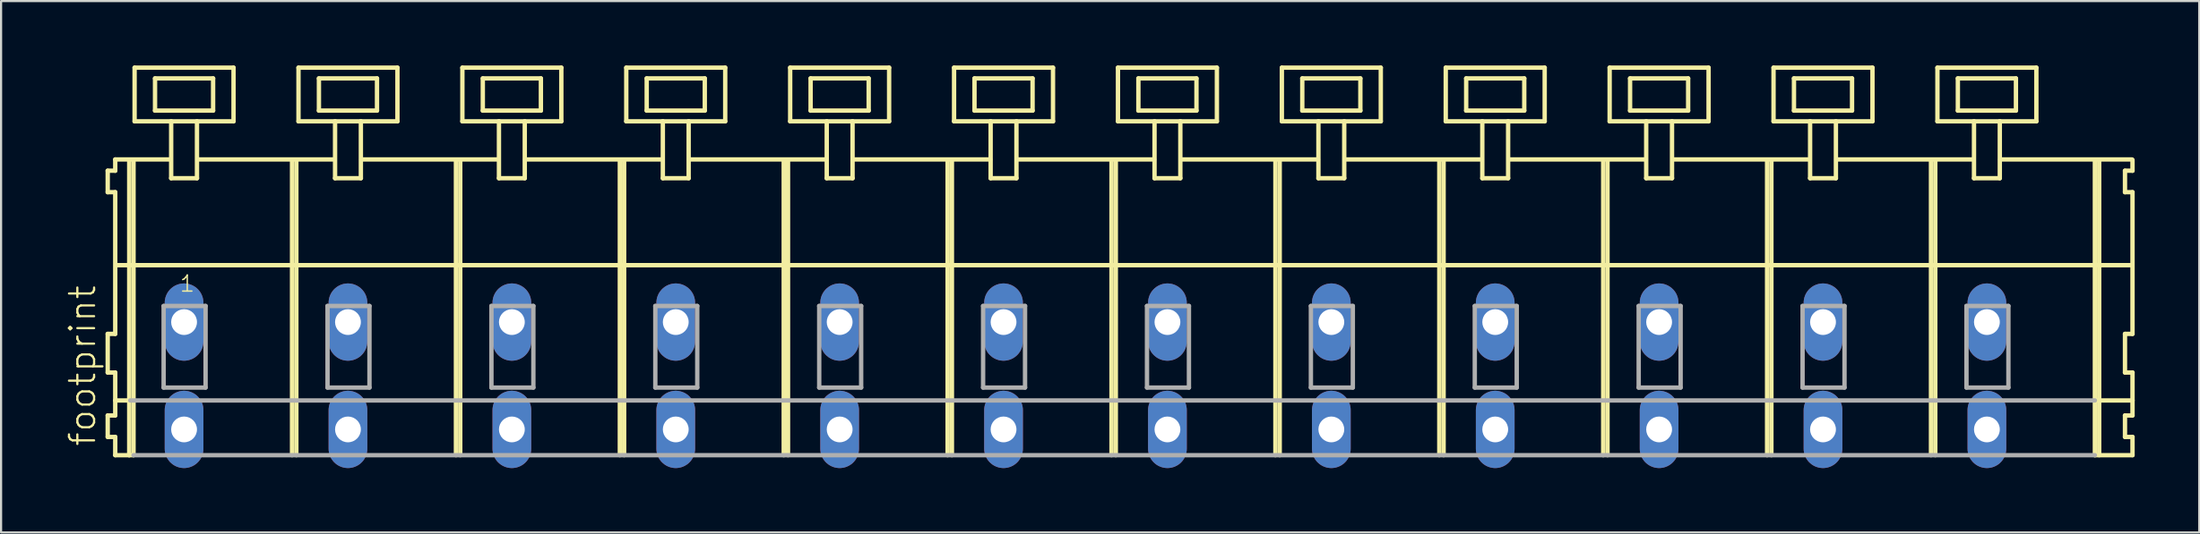
<source format=kicad_pcb>
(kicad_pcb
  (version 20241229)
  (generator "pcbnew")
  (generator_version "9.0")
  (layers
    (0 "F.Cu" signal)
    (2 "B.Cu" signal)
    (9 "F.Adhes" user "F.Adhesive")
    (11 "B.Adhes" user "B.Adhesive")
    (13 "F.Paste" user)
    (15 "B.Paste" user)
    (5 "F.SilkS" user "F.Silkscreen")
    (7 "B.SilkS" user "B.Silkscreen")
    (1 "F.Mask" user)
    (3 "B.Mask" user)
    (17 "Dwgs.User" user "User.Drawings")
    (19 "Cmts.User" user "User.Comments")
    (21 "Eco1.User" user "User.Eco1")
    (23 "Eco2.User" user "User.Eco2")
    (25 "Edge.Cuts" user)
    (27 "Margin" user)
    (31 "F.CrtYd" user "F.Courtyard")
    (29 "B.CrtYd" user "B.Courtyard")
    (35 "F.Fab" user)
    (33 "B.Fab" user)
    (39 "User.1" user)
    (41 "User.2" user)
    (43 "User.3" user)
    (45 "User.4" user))
  (footprint "footprint"
    (layer "F.Cu")
    (at 48.688 11.952)
    (property "Reference" "footprint" (at -47.215 5.855 90) (layer "F.SilkS") (effects (font (size 1.168 1.168) (thickness 0.102)) (justify left bottom)))
    (fp_line (start -46.73 -7.05) (end -46.73 -6.05) (stroke (width 0.203) (type solid)) (layer "F.SilkS"))
    (fp_line (start -46.73 -6.05) (end -46.38 -6.05) (stroke (width 0.203) (type solid)) (layer "F.SilkS"))
    (fp_line (start -46.73 0.55) (end -46.73 2.35) (stroke (width 0.203) (type solid)) (layer "F.SilkS"))
    (fp_line (start -46.73 2.35) (end -46.38 2.35) (stroke (width 0.203) (type solid)) (layer "F.SilkS"))
    (fp_line (start -46.73 4.35) (end -46.73 5.35) (stroke (width 0.203) (type solid)) (layer "F.SilkS"))
    (fp_line (start -46.73 5.35) (end -46.38 5.35) (stroke (width 0.203) (type solid)) (layer "F.SilkS"))
    (fp_line (start -46.38 -7.575) (end -46.38 -7.05) (stroke (width 0.203) (type solid)) (layer "F.SilkS"))
    (fp_line (start -46.38 -7.575) (end -43.805 -7.575) (stroke (width 0.203) (type solid)) (layer "F.SilkS"))
    (fp_line (start -46.38 -7.05) (end -46.73 -7.05) (stroke (width 0.203) (type solid)) (layer "F.SilkS"))
    (fp_line (start -46.38 -6.05) (end -46.38 0.55) (stroke (width 0.203) (type solid)) (layer "F.SilkS"))
    (fp_line (start -46.38 0.55) (end -46.73 0.55) (stroke (width 0.203) (type solid)) (layer "F.SilkS"))
    (fp_line (start -46.38 2.35) (end -46.38 4.35) (stroke (width 0.203) (type solid)) (layer "F.SilkS"))
    (fp_line (start -46.38 3.65) (end -45.68 3.65) (stroke (width 0.203) (type solid)) (layer "F.SilkS"))
    (fp_line (start -46.38 4.35) (end -46.73 4.35) (stroke (width 0.203) (type solid)) (layer "F.SilkS"))
    (fp_line (start -46.38 5.35) (end -46.38 6.2) (stroke (width 0.203) (type solid)) (layer "F.SilkS"))
    (fp_line (start -46.38 6.2) (end -45.73 6.2) (stroke (width 0.203) (type solid)) (layer "F.SilkS"))
    (fp_line (start -46.33 -2.65) (end 47.36 -2.65) (stroke (width 0.203) (type solid)) (layer "F.SilkS"))
    (fp_line (start -45.73 -7.55) (end -45.73 6.2) (stroke (width 0.203) (type solid)) (layer "F.SilkS"))
    (fp_line (start -45.73 6.2) (end -45.53 6.2) (stroke (width 0.203) (type solid)) (layer "F.SilkS"))
    (fp_line (start -45.53 -7.55) (end -45.53 6.2) (stroke (width 0.203) (type solid)) (layer "F.SilkS"))
    (fp_line (start -45.48 -11.85) (end -45.48 -9.35) (stroke (width 0.203) (type solid)) (layer "F.SilkS"))
    (fp_line (start -45.48 -9.35) (end -43.78 -9.35) (stroke (width 0.203) (type solid)) (layer "F.SilkS"))
    (fp_line (start -44.53 -11.35) (end -44.53 -9.85) (stroke (width 0.203) (type solid)) (layer "F.SilkS"))
    (fp_line (start -44.53 -9.85) (end -41.83 -9.85) (stroke (width 0.203) (type solid)) (layer "F.SilkS"))
    (fp_line (start -43.78 -9.35) (end -43.78 -6.7) (stroke (width 0.203) (type solid)) (layer "F.SilkS"))
    (fp_line (start -43.78 -9.35) (end -42.58 -9.35) (stroke (width 0.203) (type solid)) (layer "F.SilkS"))
    (fp_line (start -43.78 -6.7) (end -42.58 -6.7) (stroke (width 0.203) (type solid)) (layer "F.SilkS"))
    (fp_line (start -42.58 -9.35) (end -40.88 -9.35) (stroke (width 0.203) (type solid)) (layer "F.SilkS"))
    (fp_line (start -42.58 -6.7) (end -42.58 -9.35) (stroke (width 0.203) (type solid)) (layer "F.SilkS"))
    (fp_line (start -42.555 -7.575) (end -36.181 -7.575) (stroke (width 0.203) (type solid)) (layer "F.SilkS"))
    (fp_line (start -41.83 -11.35) (end -44.53 -11.35) (stroke (width 0.203) (type solid)) (layer "F.SilkS"))
    (fp_line (start -41.83 -9.85) (end -41.83 -11.35) (stroke (width 0.203) (type solid)) (layer "F.SilkS"))
    (fp_line (start -40.88 -11.85) (end -45.48 -11.85) (stroke (width 0.203) (type solid)) (layer "F.SilkS"))
    (fp_line (start -40.88 -9.35) (end -40.88 -11.85) (stroke (width 0.203) (type solid)) (layer "F.SilkS"))
    (fp_line (start -38.16 -7.55) (end -38.16 6.2) (stroke (width 0.203) (type solid)) (layer "F.SilkS"))
    (fp_line (start -37.96 -7.55) (end -37.96 6.2) (stroke (width 0.203) (type solid)) (layer "F.SilkS"))
    (fp_line (start -37.86 -11.85) (end -37.86 -9.35) (stroke (width 0.203) (type solid)) (layer "F.SilkS"))
    (fp_line (start -37.86 -9.35) (end -36.16 -9.35) (stroke (width 0.203) (type solid)) (layer "F.SilkS"))
    (fp_line (start -36.91 -11.35) (end -36.91 -9.85) (stroke (width 0.203) (type solid)) (layer "F.SilkS"))
    (fp_line (start -36.91 -9.85) (end -34.21 -9.85) (stroke (width 0.203) (type solid)) (layer "F.SilkS"))
    (fp_line (start -36.16 -9.35) (end -36.16 -6.7) (stroke (width 0.203) (type solid)) (layer "F.SilkS"))
    (fp_line (start -36.16 -9.35) (end -34.96 -9.35) (stroke (width 0.203) (type solid)) (layer "F.SilkS"))
    (fp_line (start -36.16 -6.7) (end -34.96 -6.7) (stroke (width 0.203) (type solid)) (layer "F.SilkS"))
    (fp_line (start -34.96 -9.35) (end -33.26 -9.35) (stroke (width 0.203) (type solid)) (layer "F.SilkS"))
    (fp_line (start -34.96 -6.7) (end -34.96 -9.35) (stroke (width 0.203) (type solid)) (layer "F.SilkS"))
    (fp_line (start -34.935 -7.575) (end -28.561 -7.575) (stroke (width 0.203) (type solid)) (layer "F.SilkS"))
    (fp_line (start -34.21 -11.35) (end -36.91 -11.35) (stroke (width 0.203) (type solid)) (layer "F.SilkS"))
    (fp_line (start -34.21 -9.85) (end -34.21 -11.35) (stroke (width 0.203) (type solid)) (layer "F.SilkS"))
    (fp_line (start -33.26 -11.85) (end -37.86 -11.85) (stroke (width 0.203) (type solid)) (layer "F.SilkS"))
    (fp_line (start -33.26 -9.35) (end -33.26 -11.85) (stroke (width 0.203) (type solid)) (layer "F.SilkS"))
    (fp_line (start -30.54 -7.55) (end -30.54 6.2) (stroke (width 0.203) (type solid)) (layer "F.SilkS"))
    (fp_line (start -30.34 -7.55) (end -30.34 6.2) (stroke (width 0.203) (type solid)) (layer "F.SilkS"))
    (fp_line (start -30.24 -11.85) (end -30.24 -9.35) (stroke (width 0.203) (type solid)) (layer "F.SilkS"))
    (fp_line (start -30.24 -9.35) (end -28.54 -9.35) (stroke (width 0.203) (type solid)) (layer "F.SilkS"))
    (fp_line (start -29.29 -11.35) (end -29.29 -9.85) (stroke (width 0.203) (type solid)) (layer "F.SilkS"))
    (fp_line (start -29.29 -9.85) (end -26.59 -9.85) (stroke (width 0.203) (type solid)) (layer "F.SilkS"))
    (fp_line (start -28.54 -9.35) (end -28.54 -6.7) (stroke (width 0.203) (type solid)) (layer "F.SilkS"))
    (fp_line (start -28.54 -9.35) (end -27.34 -9.35) (stroke (width 0.203) (type solid)) (layer "F.SilkS"))
    (fp_line (start -28.54 -6.7) (end -27.34 -6.7) (stroke (width 0.203) (type solid)) (layer "F.SilkS"))
    (fp_line (start -27.34 -9.35) (end -25.64 -9.35) (stroke (width 0.203) (type solid)) (layer "F.SilkS"))
    (fp_line (start -27.34 -6.7) (end -27.34 -9.35) (stroke (width 0.203) (type solid)) (layer "F.SilkS"))
    (fp_line (start -27.315 -7.575) (end -20.941 -7.575) (stroke (width 0.203) (type solid)) (layer "F.SilkS"))
    (fp_line (start -26.59 -11.35) (end -29.29 -11.35) (stroke (width 0.203) (type solid)) (layer "F.SilkS"))
    (fp_line (start -26.59 -9.85) (end -26.59 -11.35) (stroke (width 0.203) (type solid)) (layer "F.SilkS"))
    (fp_line (start -25.64 -11.85) (end -30.24 -11.85) (stroke (width 0.203) (type solid)) (layer "F.SilkS"))
    (fp_line (start -25.64 -9.35) (end -25.64 -11.85) (stroke (width 0.203) (type solid)) (layer "F.SilkS"))
    (fp_line (start -22.92 -7.55) (end -22.92 6.2) (stroke (width 0.203) (type solid)) (layer "F.SilkS"))
    (fp_line (start -22.72 -7.55) (end -22.72 6.2) (stroke (width 0.203) (type solid)) (layer "F.SilkS"))
    (fp_line (start -22.62 -11.85) (end -22.62 -9.35) (stroke (width 0.203) (type solid)) (layer "F.SilkS"))
    (fp_line (start -22.62 -9.35) (end -20.92 -9.35) (stroke (width 0.203) (type solid)) (layer "F.SilkS"))
    (fp_line (start -21.67 -11.35) (end -21.67 -9.85) (stroke (width 0.203) (type solid)) (layer "F.SilkS"))
    (fp_line (start -21.67 -9.85) (end -18.97 -9.85) (stroke (width 0.203) (type solid)) (layer "F.SilkS"))
    (fp_line (start -20.92 -9.35) (end -20.92 -6.7) (stroke (width 0.203) (type solid)) (layer "F.SilkS"))
    (fp_line (start -20.92 -9.35) (end -19.72 -9.35) (stroke (width 0.203) (type solid)) (layer "F.SilkS"))
    (fp_line (start -20.92 -6.7) (end -19.72 -6.7) (stroke (width 0.203) (type solid)) (layer "F.SilkS"))
    (fp_line (start -19.72 -9.35) (end -18.02 -9.35) (stroke (width 0.203) (type solid)) (layer "F.SilkS"))
    (fp_line (start -19.72 -6.7) (end -19.72 -9.35) (stroke (width 0.203) (type solid)) (layer "F.SilkS"))
    (fp_line (start -19.695 -7.575) (end -13.321 -7.575) (stroke (width 0.203) (type solid)) (layer "F.SilkS"))
    (fp_line (start -18.97 -11.35) (end -21.67 -11.35) (stroke (width 0.203) (type solid)) (layer "F.SilkS"))
    (fp_line (start -18.97 -9.85) (end -18.97 -11.35) (stroke (width 0.203) (type solid)) (layer "F.SilkS"))
    (fp_line (start -18.02 -11.85) (end -22.62 -11.85) (stroke (width 0.203) (type solid)) (layer "F.SilkS"))
    (fp_line (start -18.02 -9.35) (end -18.02 -11.85) (stroke (width 0.203) (type solid)) (layer "F.SilkS"))
    (fp_line (start -15.3 -7.55) (end -15.3 6.2) (stroke (width 0.203) (type solid)) (layer "F.SilkS"))
    (fp_line (start -15.1 -7.55) (end -15.1 6.2) (stroke (width 0.203) (type solid)) (layer "F.SilkS"))
    (fp_line (start -15 -11.85) (end -15 -9.35) (stroke (width 0.203) (type solid)) (layer "F.SilkS"))
    (fp_line (start -15 -9.35) (end -13.3 -9.35) (stroke (width 0.203) (type solid)) (layer "F.SilkS"))
    (fp_line (start -14.05 -11.35) (end -14.05 -9.85) (stroke (width 0.203) (type solid)) (layer "F.SilkS"))
    (fp_line (start -14.05 -9.85) (end -11.35 -9.85) (stroke (width 0.203) (type solid)) (layer "F.SilkS"))
    (fp_line (start -13.3 -9.35) (end -13.3 -6.7) (stroke (width 0.203) (type solid)) (layer "F.SilkS"))
    (fp_line (start -13.3 -9.35) (end -12.1 -9.35) (stroke (width 0.203) (type solid)) (layer "F.SilkS"))
    (fp_line (start -13.3 -6.7) (end -12.1 -6.7) (stroke (width 0.203) (type solid)) (layer "F.SilkS"))
    (fp_line (start -12.1 -9.35) (end -10.4 -9.35) (stroke (width 0.203) (type solid)) (layer "F.SilkS"))
    (fp_line (start -12.1 -6.7) (end -12.1 -9.35) (stroke (width 0.203) (type solid)) (layer "F.SilkS"))
    (fp_line (start -12.075 -7.575) (end -5.701 -7.575) (stroke (width 0.203) (type solid)) (layer "F.SilkS"))
    (fp_line (start -11.35 -11.35) (end -14.05 -11.35) (stroke (width 0.203) (type solid)) (layer "F.SilkS"))
    (fp_line (start -11.35 -9.85) (end -11.35 -11.35) (stroke (width 0.203) (type solid)) (layer "F.SilkS"))
    (fp_line (start -10.4 -11.85) (end -15 -11.85) (stroke (width 0.203) (type solid)) (layer "F.SilkS"))
    (fp_line (start -10.4 -9.35) (end -10.4 -11.85) (stroke (width 0.203) (type solid)) (layer "F.SilkS"))
    (fp_line (start -7.68 -7.55) (end -7.68 6.2) (stroke (width 0.203) (type solid)) (layer "F.SilkS"))
    (fp_line (start -7.48 -7.55) (end -7.48 6.2) (stroke (width 0.203) (type solid)) (layer "F.SilkS"))
    (fp_line (start -7.38 -11.85) (end -7.38 -9.35) (stroke (width 0.203) (type solid)) (layer "F.SilkS"))
    (fp_line (start -7.38 -9.35) (end -5.68 -9.35) (stroke (width 0.203) (type solid)) (layer "F.SilkS"))
    (fp_line (start -6.43 -11.35) (end -6.43 -9.85) (stroke (width 0.203) (type solid)) (layer "F.SilkS"))
    (fp_line (start -6.43 -9.85) (end -3.73 -9.85) (stroke (width 0.203) (type solid)) (layer "F.SilkS"))
    (fp_line (start -5.68 -9.35) (end -5.68 -6.7) (stroke (width 0.203) (type solid)) (layer "F.SilkS"))
    (fp_line (start -5.68 -9.35) (end -4.48 -9.35) (stroke (width 0.203) (type solid)) (layer "F.SilkS"))
    (fp_line (start -5.68 -6.7) (end -4.48 -6.7) (stroke (width 0.203) (type solid)) (layer "F.SilkS"))
    (fp_line (start -4.48 -9.35) (end -2.78 -9.35) (stroke (width 0.203) (type solid)) (layer "F.SilkS"))
    (fp_line (start -4.48 -6.7) (end -4.48 -9.35) (stroke (width 0.203) (type solid)) (layer "F.SilkS"))
    (fp_line (start -4.455 -7.575) (end 1.919 -7.575) (stroke (width 0.203) (type solid)) (layer "F.SilkS"))
    (fp_line (start -3.73 -11.35) (end -6.43 -11.35) (stroke (width 0.203) (type solid)) (layer "F.SilkS"))
    (fp_line (start -3.73 -9.85) (end -3.73 -11.35) (stroke (width 0.203) (type solid)) (layer "F.SilkS"))
    (fp_line (start -2.78 -11.85) (end -7.38 -11.85) (stroke (width 0.203) (type solid)) (layer "F.SilkS"))
    (fp_line (start -2.78 -9.35) (end -2.78 -11.85) (stroke (width 0.203) (type solid)) (layer "F.SilkS"))
    (fp_line (start -0.06 -7.55) (end -0.06 6.2) (stroke (width 0.203) (type solid)) (layer "F.SilkS"))
    (fp_line (start 0.14 -7.55) (end 0.14 6.2) (stroke (width 0.203) (type solid)) (layer "F.SilkS"))
    (fp_line (start 0.24 -11.85) (end 0.24 -9.35) (stroke (width 0.203) (type solid)) (layer "F.SilkS"))
    (fp_line (start 0.24 -9.35) (end 1.94 -9.35) (stroke (width 0.203) (type solid)) (layer "F.SilkS"))
    (fp_line (start 1.19 -11.35) (end 1.19 -9.85) (stroke (width 0.203) (type solid)) (layer "F.SilkS"))
    (fp_line (start 1.19 -9.85) (end 3.89 -9.85) (stroke (width 0.203) (type solid)) (layer "F.SilkS"))
    (fp_line (start 1.94 -9.35) (end 1.94 -6.7) (stroke (width 0.203) (type solid)) (layer "F.SilkS"))
    (fp_line (start 1.94 -9.35) (end 3.14 -9.35) (stroke (width 0.203) (type solid)) (layer "F.SilkS"))
    (fp_line (start 1.94 -6.7) (end 3.14 -6.7) (stroke (width 0.203) (type solid)) (layer "F.SilkS"))
    (fp_line (start 3.14 -9.35) (end 4.84 -9.35) (stroke (width 0.203) (type solid)) (layer "F.SilkS"))
    (fp_line (start 3.14 -6.7) (end 3.14 -9.35) (stroke (width 0.203) (type solid)) (layer "F.SilkS"))
    (fp_line (start 3.165 -7.575) (end 9.539 -7.575) (stroke (width 0.203) (type solid)) (layer "F.SilkS"))
    (fp_line (start 3.89 -11.35) (end 1.19 -11.35) (stroke (width 0.203) (type solid)) (layer "F.SilkS"))
    (fp_line (start 3.89 -9.85) (end 3.89 -11.35) (stroke (width 0.203) (type solid)) (layer "F.SilkS"))
    (fp_line (start 4.84 -11.85) (end 0.24 -11.85) (stroke (width 0.203) (type solid)) (layer "F.SilkS"))
    (fp_line (start 4.84 -9.35) (end 4.84 -11.85) (stroke (width 0.203) (type solid)) (layer "F.SilkS"))
    (fp_line (start 7.56 -7.55) (end 7.56 6.2) (stroke (width 0.203) (type solid)) (layer "F.SilkS"))
    (fp_line (start 7.76 -7.55) (end 7.76 6.2) (stroke (width 0.203) (type solid)) (layer "F.SilkS"))
    (fp_line (start 7.86 -11.85) (end 7.86 -9.35) (stroke (width 0.203) (type solid)) (layer "F.SilkS"))
    (fp_line (start 7.86 -9.35) (end 9.56 -9.35) (stroke (width 0.203) (type solid)) (layer "F.SilkS"))
    (fp_line (start 8.81 -11.35) (end 8.81 -9.85) (stroke (width 0.203) (type solid)) (layer "F.SilkS"))
    (fp_line (start 8.81 -9.85) (end 11.51 -9.85) (stroke (width 0.203) (type solid)) (layer "F.SilkS"))
    (fp_line (start 9.56 -9.35) (end 9.56 -6.7) (stroke (width 0.203) (type solid)) (layer "F.SilkS"))
    (fp_line (start 9.56 -9.35) (end 10.76 -9.35) (stroke (width 0.203) (type solid)) (layer "F.SilkS"))
    (fp_line (start 9.56 -6.7) (end 10.76 -6.7) (stroke (width 0.203) (type solid)) (layer "F.SilkS"))
    (fp_line (start 10.76 -9.35) (end 12.46 -9.35) (stroke (width 0.203) (type solid)) (layer "F.SilkS"))
    (fp_line (start 10.76 -6.7) (end 10.76 -9.35) (stroke (width 0.203) (type solid)) (layer "F.SilkS"))
    (fp_line (start 10.785 -7.575) (end 17.159 -7.575) (stroke (width 0.203) (type solid)) (layer "F.SilkS"))
    (fp_line (start 11.51 -11.35) (end 8.81 -11.35) (stroke (width 0.203) (type solid)) (layer "F.SilkS"))
    (fp_line (start 11.51 -9.85) (end 11.51 -11.35) (stroke (width 0.203) (type solid)) (layer "F.SilkS"))
    (fp_line (start 12.46 -11.85) (end 7.86 -11.85) (stroke (width 0.203) (type solid)) (layer "F.SilkS"))
    (fp_line (start 12.46 -9.35) (end 12.46 -11.85) (stroke (width 0.203) (type solid)) (layer "F.SilkS"))
    (fp_line (start 15.18 -7.55) (end 15.18 6.2) (stroke (width 0.203) (type solid)) (layer "F.SilkS"))
    (fp_line (start 15.38 -7.55) (end 15.38 6.2) (stroke (width 0.203) (type solid)) (layer "F.SilkS"))
    (fp_line (start 15.48 -11.85) (end 15.48 -9.35) (stroke (width 0.203) (type solid)) (layer "F.SilkS"))
    (fp_line (start 15.48 -9.35) (end 17.18 -9.35) (stroke (width 0.203) (type solid)) (layer "F.SilkS"))
    (fp_line (start 16.43 -11.35) (end 16.43 -9.85) (stroke (width 0.203) (type solid)) (layer "F.SilkS"))
    (fp_line (start 16.43 -9.85) (end 19.13 -9.85) (stroke (width 0.203) (type solid)) (layer "F.SilkS"))
    (fp_line (start 17.18 -9.35) (end 17.18 -6.7) (stroke (width 0.203) (type solid)) (layer "F.SilkS"))
    (fp_line (start 17.18 -9.35) (end 18.38 -9.35) (stroke (width 0.203) (type solid)) (layer "F.SilkS"))
    (fp_line (start 17.18 -6.7) (end 18.38 -6.7) (stroke (width 0.203) (type solid)) (layer "F.SilkS"))
    (fp_line (start 18.38 -9.35) (end 20.08 -9.35) (stroke (width 0.203) (type solid)) (layer "F.SilkS"))
    (fp_line (start 18.38 -6.7) (end 18.38 -9.35) (stroke (width 0.203) (type solid)) (layer "F.SilkS"))
    (fp_line (start 18.405 -7.575) (end 24.779 -7.575) (stroke (width 0.203) (type solid)) (layer "F.SilkS"))
    (fp_line (start 19.13 -11.35) (end 16.43 -11.35) (stroke (width 0.203) (type solid)) (layer "F.SilkS"))
    (fp_line (start 19.13 -9.85) (end 19.13 -11.35) (stroke (width 0.203) (type solid)) (layer "F.SilkS"))
    (fp_line (start 20.08 -11.85) (end 15.48 -11.85) (stroke (width 0.203) (type solid)) (layer "F.SilkS"))
    (fp_line (start 20.08 -9.35) (end 20.08 -11.85) (stroke (width 0.203) (type solid)) (layer "F.SilkS"))
    (fp_line (start 22.8 -7.55) (end 22.8 6.2) (stroke (width 0.203) (type solid)) (layer "F.SilkS"))
    (fp_line (start 23 -7.55) (end 23 6.2) (stroke (width 0.203) (type solid)) (layer "F.SilkS"))
    (fp_line (start 23.1 -11.85) (end 23.1 -9.35) (stroke (width 0.203) (type solid)) (layer "F.SilkS"))
    (fp_line (start 23.1 -9.35) (end 24.8 -9.35) (stroke (width 0.203) (type solid)) (layer "F.SilkS"))
    (fp_line (start 24.05 -11.35) (end 24.05 -9.85) (stroke (width 0.203) (type solid)) (layer "F.SilkS"))
    (fp_line (start 24.05 -9.85) (end 26.75 -9.85) (stroke (width 0.203) (type solid)) (layer "F.SilkS"))
    (fp_line (start 24.8 -9.35) (end 24.8 -6.7) (stroke (width 0.203) (type solid)) (layer "F.SilkS"))
    (fp_line (start 24.8 -9.35) (end 26 -9.35) (stroke (width 0.203) (type solid)) (layer "F.SilkS"))
    (fp_line (start 24.8 -6.7) (end 26 -6.7) (stroke (width 0.203) (type solid)) (layer "F.SilkS"))
    (fp_line (start 26 -9.35) (end 27.7 -9.35) (stroke (width 0.203) (type solid)) (layer "F.SilkS"))
    (fp_line (start 26 -6.7) (end 26 -9.35) (stroke (width 0.203) (type solid)) (layer "F.SilkS"))
    (fp_line (start 26.025 -7.575) (end 32.399 -7.575) (stroke (width 0.203) (type solid)) (layer "F.SilkS"))
    (fp_line (start 26.75 -11.35) (end 24.05 -11.35) (stroke (width 0.203) (type solid)) (layer "F.SilkS"))
    (fp_line (start 26.75 -9.85) (end 26.75 -11.35) (stroke (width 0.203) (type solid)) (layer "F.SilkS"))
    (fp_line (start 27.7 -11.85) (end 23.1 -11.85) (stroke (width 0.203) (type solid)) (layer "F.SilkS"))
    (fp_line (start 27.7 -9.35) (end 27.7 -11.85) (stroke (width 0.203) (type solid)) (layer "F.SilkS"))
    (fp_line (start 30.42 -7.55) (end 30.42 6.2) (stroke (width 0.203) (type solid)) (layer "F.SilkS"))
    (fp_line (start 30.62 -7.55) (end 30.62 6.2) (stroke (width 0.203) (type solid)) (layer "F.SilkS"))
    (fp_line (start 30.72 -11.85) (end 30.72 -9.35) (stroke (width 0.203) (type solid)) (layer "F.SilkS"))
    (fp_line (start 30.72 -9.35) (end 32.42 -9.35) (stroke (width 0.203) (type solid)) (layer "F.SilkS"))
    (fp_line (start 31.67 -11.35) (end 31.67 -9.85) (stroke (width 0.203) (type solid)) (layer "F.SilkS"))
    (fp_line (start 31.67 -9.85) (end 34.37 -9.85) (stroke (width 0.203) (type solid)) (layer "F.SilkS"))
    (fp_line (start 32.42 -9.35) (end 32.42 -6.7) (stroke (width 0.203) (type solid)) (layer "F.SilkS"))
    (fp_line (start 32.42 -9.35) (end 33.62 -9.35) (stroke (width 0.203) (type solid)) (layer "F.SilkS"))
    (fp_line (start 32.42 -6.7) (end 33.62 -6.7) (stroke (width 0.203) (type solid)) (layer "F.SilkS"))
    (fp_line (start 33.62 -9.35) (end 35.32 -9.35) (stroke (width 0.203) (type solid)) (layer "F.SilkS"))
    (fp_line (start 33.62 -6.7) (end 33.62 -9.35) (stroke (width 0.203) (type solid)) (layer "F.SilkS"))
    (fp_line (start 33.645 -7.575) (end 40.019 -7.575) (stroke (width 0.203) (type solid)) (layer "F.SilkS"))
    (fp_line (start 34.37 -11.35) (end 31.67 -11.35) (stroke (width 0.203) (type solid)) (layer "F.SilkS"))
    (fp_line (start 34.37 -9.85) (end 34.37 -11.35) (stroke (width 0.203) (type solid)) (layer "F.SilkS"))
    (fp_line (start 35.32 -11.85) (end 30.72 -11.85) (stroke (width 0.203) (type solid)) (layer "F.SilkS"))
    (fp_line (start 35.32 -9.35) (end 35.32 -11.85) (stroke (width 0.203) (type solid)) (layer "F.SilkS"))
    (fp_line (start 38.04 -7.55) (end 38.04 6.2) (stroke (width 0.203) (type solid)) (layer "F.SilkS"))
    (fp_line (start 38.24 -7.55) (end 38.24 6.2) (stroke (width 0.203) (type solid)) (layer "F.SilkS"))
    (fp_line (start 38.34 -11.85) (end 38.34 -9.35) (stroke (width 0.203) (type solid)) (layer "F.SilkS"))
    (fp_line (start 38.34 -9.35) (end 40.04 -9.35) (stroke (width 0.203) (type solid)) (layer "F.SilkS"))
    (fp_line (start 39.29 -11.35) (end 39.29 -9.85) (stroke (width 0.203) (type solid)) (layer "F.SilkS"))
    (fp_line (start 39.29 -9.85) (end 41.99 -9.85) (stroke (width 0.203) (type solid)) (layer "F.SilkS"))
    (fp_line (start 40.04 -9.35) (end 40.04 -6.7) (stroke (width 0.203) (type solid)) (layer "F.SilkS"))
    (fp_line (start 40.04 -9.35) (end 41.24 -9.35) (stroke (width 0.203) (type solid)) (layer "F.SilkS"))
    (fp_line (start 40.04 -6.7) (end 41.24 -6.7) (stroke (width 0.203) (type solid)) (layer "F.SilkS"))
    (fp_line (start 41.24 -9.35) (end 42.94 -9.35) (stroke (width 0.203) (type solid)) (layer "F.SilkS"))
    (fp_line (start 41.24 -6.7) (end 41.24 -9.35) (stroke (width 0.203) (type solid)) (layer "F.SilkS"))
    (fp_line (start 41.265 -7.575) (end 47.385 -7.575) (stroke (width 0.203) (type solid)) (layer "F.SilkS"))
    (fp_line (start 41.99 -11.35) (end 39.29 -11.35) (stroke (width 0.203) (type solid)) (layer "F.SilkS"))
    (fp_line (start 41.99 -9.85) (end 41.99 -11.35) (stroke (width 0.203) (type solid)) (layer "F.SilkS"))
    (fp_line (start 42.94 -11.85) (end 38.34 -11.85) (stroke (width 0.203) (type solid)) (layer "F.SilkS"))
    (fp_line (start 42.94 -9.35) (end 42.94 -11.85) (stroke (width 0.203) (type solid)) (layer "F.SilkS"))
    (fp_line (start 45.66 -7.55) (end 45.66 6.2) (stroke (width 0.203) (type solid)) (layer "F.SilkS"))
    (fp_line (start 45.66 6.2) (end 47.41 6.2) (stroke (width 0.203) (type solid)) (layer "F.SilkS"))
    (fp_line (start 45.71 3.65) (end 47.41 3.65) (stroke (width 0.203) (type solid)) (layer "F.SilkS"))
    (fp_line (start 45.86 -7.55) (end 45.86 6.2) (stroke (width 0.203) (type solid)) (layer "F.SilkS"))
    (fp_line (start 47.06 -7.05) (end 47.06 -6.05) (stroke (width 0.203) (type solid)) (layer "F.SilkS"))
    (fp_line (start 47.06 -6.05) (end 47.41 -6.05) (stroke (width 0.203) (type solid)) (layer "F.SilkS"))
    (fp_line (start 47.06 0.55) (end 47.06 2.35) (stroke (width 0.203) (type solid)) (layer "F.SilkS"))
    (fp_line (start 47.06 2.35) (end 47.41 2.35) (stroke (width 0.203) (type solid)) (layer "F.SilkS"))
    (fp_line (start 47.06 4.35) (end 47.06 5.35) (stroke (width 0.203) (type solid)) (layer "F.SilkS"))
    (fp_line (start 47.06 5.35) (end 47.41 5.35) (stroke (width 0.203) (type solid)) (layer "F.SilkS"))
    (fp_line (start 47.41 -7.05) (end 47.06 -7.05) (stroke (width 0.203) (type solid)) (layer "F.SilkS"))
    (fp_line (start 47.41 -7.05) (end 47.41 -7.55) (stroke (width 0.203) (type solid)) (layer "F.SilkS"))
    (fp_line (start 47.41 0.55) (end 47.06 0.55) (stroke (width 0.203) (type solid)) (layer "F.SilkS"))
    (fp_line (start 47.41 0.55) (end 47.41 -6.05) (stroke (width 0.203) (type solid)) (layer "F.SilkS"))
    (fp_line (start 47.41 3.65) (end 47.41 2.35) (stroke (width 0.203) (type solid)) (layer "F.SilkS"))
    (fp_line (start 47.41 4.35) (end 47.06 4.35) (stroke (width 0.203) (type solid)) (layer "F.SilkS"))
    (fp_line (start 47.41 4.35) (end 47.41 3.65) (stroke (width 0.203) (type solid)) (layer "F.SilkS"))
    (fp_line (start 47.41 6.2) (end 47.41 5.35) (stroke (width 0.203) (type solid)) (layer "F.SilkS"))
    (fp_line (start -45.68 3.65) (end 45.66 3.65) (stroke (width 0.203) (type solid)) (layer "F.Fab"))
    (fp_line (start -45.53 6.2) (end 45.66 6.2) (stroke (width 0.203) (type solid)) (layer "F.Fab"))
    (fp_line (start -44.13 -0.75) (end -44.13 3.05) (stroke (width 0.203) (type solid)) (layer "F.Fab"))
    (fp_line (start -44.13 3.05) (end -42.18 3.05) (stroke (width 0.203) (type solid)) (layer "F.Fab"))
    (fp_line (start -42.18 -0.75) (end -44.13 -0.75) (stroke (width 0.203) (type solid)) (layer "F.Fab"))
    (fp_line (start -42.18 3.05) (end -42.18 -0.75) (stroke (width 0.203) (type solid)) (layer "F.Fab"))
    (fp_line (start -36.51 -0.75) (end -36.51 3.05) (stroke (width 0.203) (type solid)) (layer "F.Fab"))
    (fp_line (start -36.51 3.05) (end -34.56 3.05) (stroke (width 0.203) (type solid)) (layer "F.Fab"))
    (fp_line (start -34.56 -0.75) (end -36.51 -0.75) (stroke (width 0.203) (type solid)) (layer "F.Fab"))
    (fp_line (start -34.56 3.05) (end -34.56 -0.75) (stroke (width 0.203) (type solid)) (layer "F.Fab"))
    (fp_line (start -28.89 -0.75) (end -28.89 3.05) (stroke (width 0.203) (type solid)) (layer "F.Fab"))
    (fp_line (start -28.89 3.05) (end -26.94 3.05) (stroke (width 0.203) (type solid)) (layer "F.Fab"))
    (fp_line (start -26.94 -0.75) (end -28.89 -0.75) (stroke (width 0.203) (type solid)) (layer "F.Fab"))
    (fp_line (start -26.94 3.05) (end -26.94 -0.75) (stroke (width 0.203) (type solid)) (layer "F.Fab"))
    (fp_line (start -21.27 -0.75) (end -21.27 3.05) (stroke (width 0.203) (type solid)) (layer "F.Fab"))
    (fp_line (start -21.27 3.05) (end -19.32 3.05) (stroke (width 0.203) (type solid)) (layer "F.Fab"))
    (fp_line (start -19.32 -0.75) (end -21.27 -0.75) (stroke (width 0.203) (type solid)) (layer "F.Fab"))
    (fp_line (start -19.32 3.05) (end -19.32 -0.75) (stroke (width 0.203) (type solid)) (layer "F.Fab"))
    (fp_line (start -13.65 -0.75) (end -13.65 3.05) (stroke (width 0.203) (type solid)) (layer "F.Fab"))
    (fp_line (start -13.65 3.05) (end -11.7 3.05) (stroke (width 0.203) (type solid)) (layer "F.Fab"))
    (fp_line (start -11.7 -0.75) (end -13.65 -0.75) (stroke (width 0.203) (type solid)) (layer "F.Fab"))
    (fp_line (start -11.7 3.05) (end -11.7 -0.75) (stroke (width 0.203) (type solid)) (layer "F.Fab"))
    (fp_line (start -6.03 -0.75) (end -6.03 3.05) (stroke (width 0.203) (type solid)) (layer "F.Fab"))
    (fp_line (start -6.03 3.05) (end -4.08 3.05) (stroke (width 0.203) (type solid)) (layer "F.Fab"))
    (fp_line (start -4.08 -0.75) (end -6.03 -0.75) (stroke (width 0.203) (type solid)) (layer "F.Fab"))
    (fp_line (start -4.08 3.05) (end -4.08 -0.75) (stroke (width 0.203) (type solid)) (layer "F.Fab"))
    (fp_line (start 1.59 -0.75) (end 1.59 3.05) (stroke (width 0.203) (type solid)) (layer "F.Fab"))
    (fp_line (start 1.59 3.05) (end 3.54 3.05) (stroke (width 0.203) (type solid)) (layer "F.Fab"))
    (fp_line (start 3.54 -0.75) (end 1.59 -0.75) (stroke (width 0.203) (type solid)) (layer "F.Fab"))
    (fp_line (start 3.54 3.05) (end 3.54 -0.75) (stroke (width 0.203) (type solid)) (layer "F.Fab"))
    (fp_line (start 9.21 -0.75) (end 9.21 3.05) (stroke (width 0.203) (type solid)) (layer "F.Fab"))
    (fp_line (start 9.21 3.05) (end 11.16 3.05) (stroke (width 0.203) (type solid)) (layer "F.Fab"))
    (fp_line (start 11.16 -0.75) (end 9.21 -0.75) (stroke (width 0.203) (type solid)) (layer "F.Fab"))
    (fp_line (start 11.16 3.05) (end 11.16 -0.75) (stroke (width 0.203) (type solid)) (layer "F.Fab"))
    (fp_line (start 16.83 -0.75) (end 16.83 3.05) (stroke (width 0.203) (type solid)) (layer "F.Fab"))
    (fp_line (start 16.83 3.05) (end 18.78 3.05) (stroke (width 0.203) (type solid)) (layer "F.Fab"))
    (fp_line (start 18.78 -0.75) (end 16.83 -0.75) (stroke (width 0.203) (type solid)) (layer "F.Fab"))
    (fp_line (start 18.78 3.05) (end 18.78 -0.75) (stroke (width 0.203) (type solid)) (layer "F.Fab"))
    (fp_line (start 24.45 -0.75) (end 24.45 3.05) (stroke (width 0.203) (type solid)) (layer "F.Fab"))
    (fp_line (start 24.45 3.05) (end 26.4 3.05) (stroke (width 0.203) (type solid)) (layer "F.Fab"))
    (fp_line (start 26.4 -0.75) (end 24.45 -0.75) (stroke (width 0.203) (type solid)) (layer "F.Fab"))
    (fp_line (start 26.4 3.05) (end 26.4 -0.75) (stroke (width 0.203) (type solid)) (layer "F.Fab"))
    (fp_line (start 32.07 -0.75) (end 32.07 3.05) (stroke (width 0.203) (type solid)) (layer "F.Fab"))
    (fp_line (start 32.07 3.05) (end 34.02 3.05) (stroke (width 0.203) (type solid)) (layer "F.Fab"))
    (fp_line (start 34.02 -0.75) (end 32.07 -0.75) (stroke (width 0.203) (type solid)) (layer "F.Fab"))
    (fp_line (start 34.02 3.05) (end 34.02 -0.75) (stroke (width 0.203) (type solid)) (layer "F.Fab"))
    (fp_line (start 39.69 -0.75) (end 39.69 3.05) (stroke (width 0.203) (type solid)) (layer "F.Fab"))
    (fp_line (start 39.69 3.05) (end 41.64 3.05) (stroke (width 0.203) (type solid)) (layer "F.Fab"))
    (fp_line (start 41.64 -0.75) (end 39.69 -0.75) (stroke (width 0.203) (type solid)) (layer "F.Fab"))
    (fp_line (start 41.64 3.05) (end 41.64 -0.75) (stroke (width 0.203) (type solid)) (layer "F.Fab"))
    (fp_text user "1" (at -43.43 -1.35 0) (layer "F.SilkS") (effects (font (size 0.748 0.748) (thickness 0.065)) (justify left bottom)))
    (pad "A1" thru_hole oval (at -43.18 0 90) (size 3.6 1.8) (drill 1.2) (layers "*.Cu" "*.Mask"))
    (pad "A2" thru_hole oval (at -35.56 0 90) (size 3.6 1.8) (drill 1.2) (layers "*.Cu" "*.Mask"))
    (pad "A3" thru_hole oval (at -27.94 0 90) (size 3.6 1.8) (drill 1.2) (layers "*.Cu" "*.Mask"))
    (pad "A4" thru_hole oval (at -20.32 0 90) (size 3.6 1.8) (drill 1.2) (layers "*.Cu" "*.Mask"))
    (pad "A5" thru_hole oval (at -12.7 0 90) (size 3.6 1.8) (drill 1.2) (layers "*.Cu" "*.Mask"))
    (pad "A6" thru_hole oval (at -5.08 0 90) (size 3.6 1.8) (drill 1.2) (layers "*.Cu" "*.Mask"))
    (pad "A7" thru_hole oval (at 2.54 0 90) (size 3.6 1.8) (drill 1.2) (layers "*.Cu" "*.Mask"))
    (pad "A8" thru_hole oval (at 10.16 0 90) (size 3.6 1.8) (drill 1.2) (layers "*.Cu" "*.Mask"))
    (pad "A9" thru_hole oval (at 17.78 0 90) (size 3.6 1.8) (drill 1.2) (layers "*.Cu" "*.Mask"))
    (pad "A10" thru_hole oval (at 25.4 0 90) (size 3.6 1.8) (drill 1.2) (layers "*.Cu" "*.Mask"))
    (pad "A11" thru_hole oval (at 33.02 0 90) (size 3.6 1.8) (drill 1.2) (layers "*.Cu" "*.Mask"))
    (pad "A12" thru_hole oval (at 40.64 0 90) (size 3.6 1.8) (drill 1.2) (layers "*.Cu" "*.Mask"))
    (pad "B1" thru_hole oval (at -43.18 5 90) (size 3.6 1.8) (drill 1.2) (layers "*.Cu" "*.Mask"))
    (pad "B2" thru_hole oval (at -35.56 5 90) (size 3.6 1.8) (drill 1.2) (layers "*.Cu" "*.Mask"))
    (pad "B3" thru_hole oval (at -27.94 5 90) (size 3.6 1.8) (drill 1.2) (layers "*.Cu" "*.Mask"))
    (pad "B4" thru_hole oval (at -20.32 5 90) (size 3.6 1.8) (drill 1.2) (layers "*.Cu" "*.Mask"))
    (pad "B5" thru_hole oval (at -12.7 5 90) (size 3.6 1.8) (drill 1.2) (layers "*.Cu" "*.Mask"))
    (pad "B6" thru_hole oval (at -5.08 5 90) (size 3.6 1.8) (drill 1.2) (layers "*.Cu" "*.Mask"))
    (pad "B7" thru_hole oval (at 2.54 5 90) (size 3.6 1.8) (drill 1.2) (layers "*.Cu" "*.Mask"))
    (pad "B8" thru_hole oval (at 10.16 5 90) (size 3.6 1.8) (drill 1.2) (layers "*.Cu" "*.Mask"))
    (pad "B9" thru_hole oval (at 17.78 5 90) (size 3.6 1.8) (drill 1.2) (layers "*.Cu" "*.Mask"))
    (pad "B10" thru_hole oval (at 25.4 5 90) (size 3.6 1.8) (drill 1.2) (layers "*.Cu" "*.Mask"))
    (pad "B11" thru_hole oval (at 33.02 5 90) (size 3.6 1.8) (drill 1.2) (layers "*.Cu" "*.Mask"))
    (pad "B12" thru_hole oval (at 40.64 5 90) (size 3.6 1.8) (drill 1.2) (layers "*.Cu" "*.Mask")))
  (gr_rect
    (start -3 -3)
    (end 99.2 21.752)
    (stroke (width 0.1) (type default))
    (fill no)
    (layer "Edge.Cuts")))
</source>
